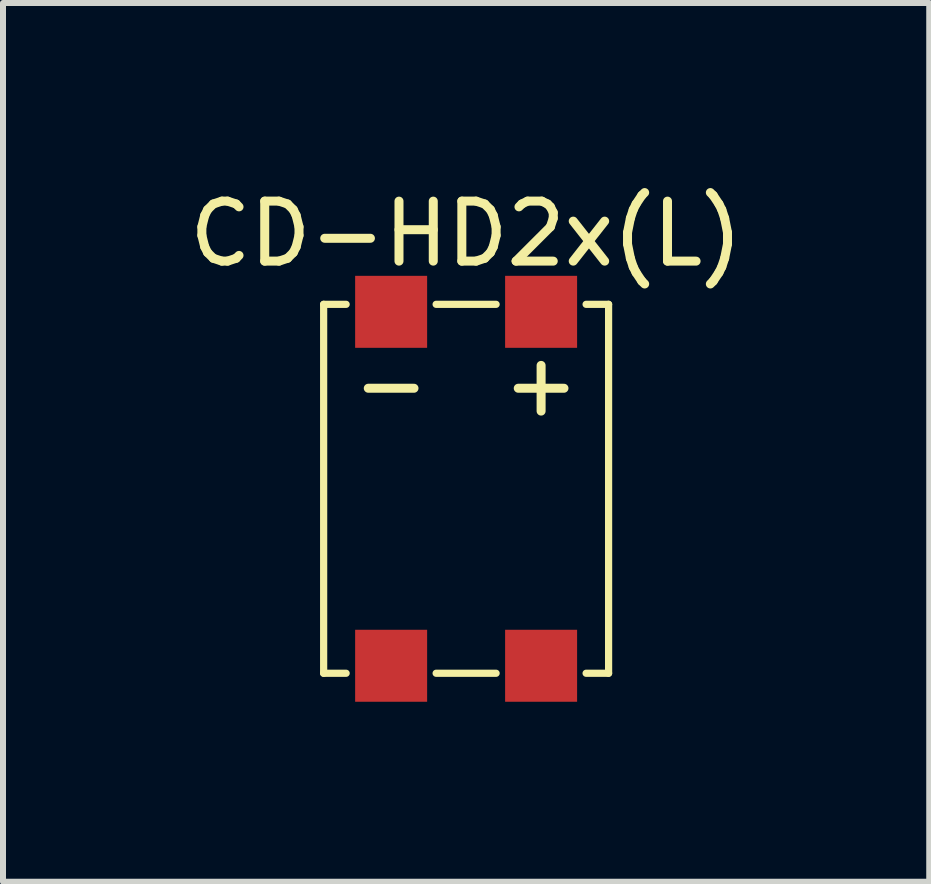
<source format=kicad_pcb>
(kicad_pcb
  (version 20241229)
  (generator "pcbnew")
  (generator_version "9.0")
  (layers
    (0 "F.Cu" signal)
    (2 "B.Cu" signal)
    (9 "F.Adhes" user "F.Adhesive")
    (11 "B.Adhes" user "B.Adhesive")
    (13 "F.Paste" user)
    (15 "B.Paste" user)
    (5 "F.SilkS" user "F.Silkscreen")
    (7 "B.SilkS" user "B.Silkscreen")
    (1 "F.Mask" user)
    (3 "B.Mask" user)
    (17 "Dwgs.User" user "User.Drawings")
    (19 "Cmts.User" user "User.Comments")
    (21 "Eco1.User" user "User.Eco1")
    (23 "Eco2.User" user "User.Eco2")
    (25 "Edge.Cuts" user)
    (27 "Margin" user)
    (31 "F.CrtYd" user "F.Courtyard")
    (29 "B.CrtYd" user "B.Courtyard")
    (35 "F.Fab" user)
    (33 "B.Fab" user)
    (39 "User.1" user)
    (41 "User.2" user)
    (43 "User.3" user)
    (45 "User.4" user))
  (footprint "CD-HD2x(L)"
    (layer "F.Cu")
    (at 4.72 5.098)
    (property "Reference" "CD-HD2x(L)" (at 0 -4.25 0) (layer "F.SilkS") (effects (font (size 1 1) (thickness 0.15))))
    (attr through_hole)
    (fp_line (start -2.375 -3.075) (end -2.375 3.075) (stroke (width 0.12) (type solid)) (layer "F.SilkS"))
    (fp_line (start -2.375 -3.075) (end -2 -3.075) (stroke (width 0.12) (type solid)) (layer "F.SilkS"))
    (fp_line (start -2.375 3.075) (end -2 3.075) (stroke (width 0.12) (type solid)) (layer "F.SilkS"))
    (fp_line (start -0.5 -3.075) (end 0.5 -3.075) (stroke (width 0.12) (type solid)) (layer "F.SilkS"))
    (fp_line (start 0.5 3.075) (end -0.5 3.075) (stroke (width 0.12) (type solid)) (layer "F.SilkS"))
    (fp_line (start 2.375 -3.075) (end 2 -3.075) (stroke (width 0.12) (type solid)) (layer "F.SilkS"))
    (fp_line (start 2.375 -3.075) (end 2.375 3.075) (stroke (width 0.12) (type solid)) (layer "F.SilkS"))
    (fp_line (start 2.375 3.075) (end 2 3.075) (stroke (width 0.12) (type solid)) (layer "F.SilkS"))
    (fp_text user "+" (at 1.25 -1.75 0) (layer "F.SilkS") (effects (font (size 1 1) (thickness 0.15))))
    (fp_text user "-" (at -1.25 -1.75 0) (layer "F.SilkS") (effects (font (size 1 1) (thickness 0.15))))
    (pad "1" smd rect (at 1.25 -2.95) (size 1.2 1.2) (layers "F.Cu" "F.Mask" "F.Paste"))
    (pad "2" smd rect (at 1.25 2.95) (size 1.2 1.2) (layers "F.Cu" "F.Mask" "F.Paste"))
    (pad "3" smd rect (at -1.25 2.95) (size 1.2 1.2) (layers "F.Cu" "F.Mask" "F.Paste"))
    (pad "4" smd rect (at -1.25 -2.95) (size 1.2 1.2) (layers "F.Cu" "F.Mask" "F.Paste")))
  (gr_rect
    (start -3 -3)
    (end 12.44 11.648)
    (stroke (width 0.1) (type default))
    (fill no)
    (layer "Edge.Cuts")))
</source>
